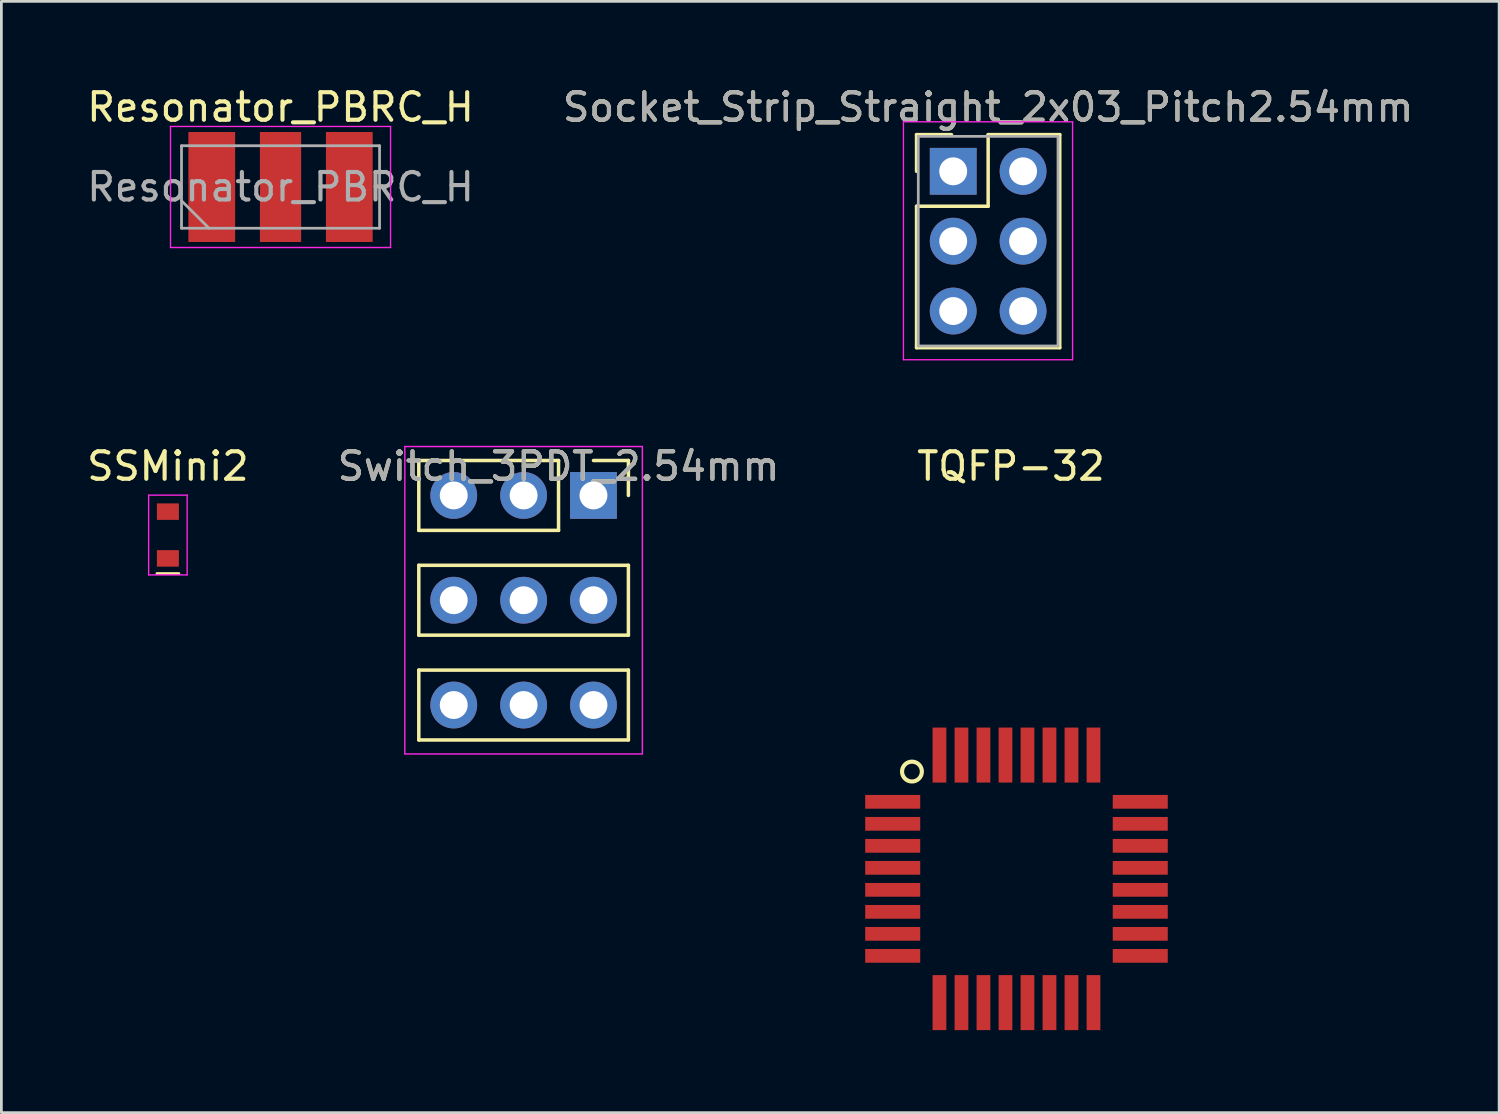
<source format=kicad_pcb>
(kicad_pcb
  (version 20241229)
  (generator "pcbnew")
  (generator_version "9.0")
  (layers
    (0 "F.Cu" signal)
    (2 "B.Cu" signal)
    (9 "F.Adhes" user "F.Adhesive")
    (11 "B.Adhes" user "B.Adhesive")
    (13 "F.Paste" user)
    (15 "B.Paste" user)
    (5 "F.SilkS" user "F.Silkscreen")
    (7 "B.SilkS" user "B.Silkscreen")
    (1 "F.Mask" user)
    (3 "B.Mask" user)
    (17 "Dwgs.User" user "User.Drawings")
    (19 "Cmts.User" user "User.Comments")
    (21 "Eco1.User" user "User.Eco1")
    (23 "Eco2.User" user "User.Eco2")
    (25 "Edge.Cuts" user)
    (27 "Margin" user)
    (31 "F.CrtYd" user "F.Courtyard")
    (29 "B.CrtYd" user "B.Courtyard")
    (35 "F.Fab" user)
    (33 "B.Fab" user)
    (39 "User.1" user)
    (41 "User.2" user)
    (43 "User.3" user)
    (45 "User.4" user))
  (footprint "Resonator_PBRC_H"
    (layer "F.Cu")
    (at 7.149 3.748)
    (property "Reference" "Resonator_PBRC_H" (at 0 -2.9 0) (layer "F.SilkS") (effects (font (size 1 1) (thickness 0.15))))
    (attr smd)
    (fp_line (start -4 -2.2) (end -4 2.2) (stroke (width 0.05) (type solid)) (layer "F.CrtYd"))
    (fp_line (start -4 2.2) (end 4 2.2) (stroke (width 0.05) (type solid)) (layer "F.CrtYd"))
    (fp_line (start 4 -2.2) (end -4 -2.2) (stroke (width 0.05) (type solid)) (layer "F.CrtYd"))
    (fp_line (start 4 2.2) (end 4 -2.2) (stroke (width 0.05) (type solid)) (layer "F.CrtYd"))
    (fp_line (start -3.6 -1.5) (end -3.6 1.5) (stroke (width 0.1) (type solid)) (layer "F.Fab"))
    (fp_line (start -3.6 0.5) (end -2.6 1.5) (stroke (width 0.1) (type solid)) (layer "F.Fab"))
    (fp_line (start -3.6 1.5) (end 3.6 1.5) (stroke (width 0.1) (type solid)) (layer "F.Fab"))
    (fp_line (start 3.6 -1.5) (end -3.6 -1.5) (stroke (width 0.1) (type solid)) (layer "F.Fab"))
    (fp_line (start 3.6 1.5) (end 3.6 -1.5) (stroke (width 0.1) (type solid)) (layer "F.Fab"))
    (fp_text user "${REFERENCE}" (at 0 0 0) (layer "F.Fab") (effects (font (size 1 1) (thickness 0.15))))
    (pad "1" smd rect (at -2.5 0) (size 1.7 4) (layers "F.Cu" "F.Mask" "F.Paste"))
    (pad "2" smd rect (at 0 0) (size 1.5 4) (layers "F.Cu" "F.Mask" "F.Paste"))
    (pad "3" smd rect (at 2.5 0) (size 1.7 4) (layers "F.Cu" "F.Mask" "F.Paste")))
  (footprint "Switch_3PDT_2.54mm"
    (layer "F.Cu")
    (at 18.526 16.232)
    (property "Reference" "Switch_3PDT_2.54mm" (at -1.27 -2.33 0) (layer "F.SilkS") (effects (font (size 1 1) (thickness 0.15))))
    (attr through_hole)
    (fp_line (start -6.35 -2.54) (end -1.27 -2.54) (stroke (width 0.127) (type solid)) (layer "F.SilkS"))
    (fp_line (start -6.35 0) (end -6.35 -2.54) (stroke (width 0.127) (type solid)) (layer "F.SilkS"))
    (fp_line (start -6.35 1.27) (end -6.35 3.81) (stroke (width 0.127) (type solid)) (layer "F.SilkS"))
    (fp_line (start -6.35 1.27) (end 1.27 1.27) (stroke (width 0.127) (type solid)) (layer "F.SilkS"))
    (fp_line (start -6.35 7.62) (end -6.35 5.08) (stroke (width 0.127) (type solid)) (layer "F.SilkS"))
    (fp_line (start -1.27 -2.54) (end -1.27 0) (stroke (width 0.127) (type solid)) (layer "F.SilkS"))
    (fp_line (start -1.27 0) (end -6.35 0) (stroke (width 0.127) (type solid)) (layer "F.SilkS"))
    (fp_line (start 1.27 -2.54) (end 0 -2.54) (stroke (width 0.127) (type solid)) (layer "F.SilkS"))
    (fp_line (start 1.27 -1.27) (end 1.27 -2.54) (stroke (width 0.127) (type solid)) (layer "F.SilkS"))
    (fp_line (start 1.27 1.27) (end 1.27 3.81) (stroke (width 0.127) (type solid)) (layer "F.SilkS"))
    (fp_line (start 1.27 3.81) (end -6.35 3.81) (stroke (width 0.127) (type solid)) (layer "F.SilkS"))
    (fp_line (start 1.27 5.08) (end -6.35 5.08) (stroke (width 0.127) (type solid)) (layer "F.SilkS"))
    (fp_line (start 1.27 5.08) (end 1.27 7.62) (stroke (width 0.127) (type solid)) (layer "F.SilkS"))
    (fp_line (start 1.27 7.62) (end -6.35 7.62) (stroke (width 0.127) (type solid)) (layer "F.SilkS"))
    (fp_line (start -6.858 -3.048) (end -6.858 8.128) (stroke (width 0.051) (type solid)) (layer "F.CrtYd"))
    (fp_line (start -6.858 8.128) (end 1.778 8.128) (stroke (width 0.051) (type solid)) (layer "F.CrtYd"))
    (fp_line (start 1.778 -3.048) (end -6.858 -3.048) (stroke (width 0.051) (type solid)) (layer "F.CrtYd"))
    (fp_line (start 1.778 8.128) (end 1.778 -3.048) (stroke (width 0.051) (type solid)) (layer "F.CrtYd"))
    (fp_text user "${REFERENCE}" (at -1.27 -2.33 0) (layer "F.Fab") (effects (font (size 1 1) (thickness 0.15))))
    (pad "1" thru_hole rect (at 0 -1.27) (size 1.702 1.702) (drill 1.016) (layers "*.Cu" "*.Mask"))
    (pad "2" thru_hole circle (at -2.54 -1.27) (size 1.702 1.702) (drill 1.016) (layers "*.Cu" "*.Mask"))
    (pad "3" thru_hole circle (at -5.08 -1.27) (size 1.702 1.702) (drill 1.016) (layers "*.Cu" "*.Mask"))
    (pad "4" thru_hole circle (at 0 2.54) (size 1.702 1.702) (drill 1.016) (layers "*.Cu" "*.Mask"))
    (pad "5" thru_hole circle (at -2.54 2.54) (size 1.702 1.702) (drill 1.016) (layers "*.Cu" "*.Mask"))
    (pad "6" thru_hole circle (at -5.08 2.54) (size 1.702 1.702) (drill 1.016) (layers "*.Cu" "*.Mask"))
    (pad "7" thru_hole circle (at 0 6.35) (size 1.702 1.702) (drill 1.016) (layers "*.Cu" "*.Mask"))
    (pad "8" thru_hole circle (at -2.54 6.35) (size 1.702 1.702) (drill 1.016) (layers "*.Cu" "*.Mask"))
    (pad "9" thru_hole circle (at -5.08 6.35) (size 1.702 1.702) (drill 1.016) (layers "*.Cu" "*.Mask")))
  (footprint "SSMini2"
    (layer "F.Cu")
    (at 3.054 16.401)
    (property "Reference" "SSMini2" (at 0 -2.5 0) (layer "F.SilkS") (effects (font (size 1 1) (thickness 0.15))))
    (attr through_hole)
    (fp_line (start -0.4 1.4) (end 0.4 1.4) (stroke (width 0.1) (type solid)) (layer "F.SilkS"))
    (fp_line (start -0.7 -1.45) (end 0.7 -1.45) (stroke (width 0.05) (type solid)) (layer "F.CrtYd"))
    (fp_line (start -0.7 1.45) (end -0.7 -1.45) (stroke (width 0.05) (type solid)) (layer "F.CrtYd"))
    (fp_line (start 0.7 -1.45) (end 0.7 1.45) (stroke (width 0.05) (type solid)) (layer "F.CrtYd"))
    (fp_line (start 0.7 1.45) (end -0.7 1.45) (stroke (width 0.05) (type solid)) (layer "F.CrtYd"))
    (pad "1" smd rect (at 0 0.85) (size 0.8 0.6) (layers "F.Cu" "F.Mask" "F.Paste"))
    (pad "2" smd rect (at 0 -0.85) (size 0.8 0.6) (layers "F.Cu" "F.Mask" "F.Paste")))
  (footprint "Socket_Strip_Straight_2x03_Pitch2.54mm"
    (layer "F.Cu")
    (at 34.145 3.178)
    (property "Reference" "Socket_Strip_Straight_2x03_Pitch2.54mm" (at -1.27 -2.33 0) (layer "F.SilkS") (effects (font (size 1 1) (thickness 0.15))))
    (attr through_hole)
    (fp_line (start -3.873 -1.333) (end -2.603 -1.333) (stroke (width 0.127) (type solid)) (layer "F.SilkS"))
    (fp_line (start -3.873 0) (end -3.873 -1.333) (stroke (width 0.127) (type solid)) (layer "F.SilkS"))
    (fp_line (start -3.873 6.413) (end -3.873 1.27) (stroke (width 0.127) (type solid)) (layer "F.SilkS"))
    (fp_line (start -1.27 -1.333) (end -1.27 1.27) (stroke (width 0.127) (type solid)) (layer "F.SilkS"))
    (fp_line (start -1.27 1.27) (end -3.873 1.27) (stroke (width 0.127) (type solid)) (layer "F.SilkS"))
    (fp_line (start 1.333 -1.333) (end -1.27 -1.333) (stroke (width 0.127) (type solid)) (layer "F.SilkS"))
    (fp_line (start 1.333 -1.333) (end 1.333 6.413) (stroke (width 0.127) (type solid)) (layer "F.SilkS"))
    (fp_line (start 1.333 6.413) (end -3.873 6.413) (stroke (width 0.127) (type solid)) (layer "F.SilkS"))
    (fp_line (start -4.35 -1.8) (end -4.35 6.85) (stroke (width 0.05) (type solid)) (layer "F.CrtYd"))
    (fp_line (start -4.35 6.85) (end 1.8 6.85) (stroke (width 0.05) (type solid)) (layer "F.CrtYd"))
    (fp_line (start 1.8 -1.8) (end -4.35 -1.8) (stroke (width 0.05) (type solid)) (layer "F.CrtYd"))
    (fp_line (start 1.8 6.85) (end 1.8 -1.8) (stroke (width 0.05) (type solid)) (layer "F.CrtYd"))
    (fp_line (start -3.81 -1.27) (end -3.81 6.35) (stroke (width 0.1) (type solid)) (layer "F.Fab"))
    (fp_line (start -3.81 6.35) (end 1.27 6.35) (stroke (width 0.1) (type solid)) (layer "F.Fab"))
    (fp_line (start 1.27 -1.27) (end -3.81 -1.27) (stroke (width 0.1) (type solid)) (layer "F.Fab"))
    (fp_line (start 1.27 6.35) (end 1.27 -1.27) (stroke (width 0.1) (type solid)) (layer "F.Fab"))
    (fp_text user "${REFERENCE}" (at -1.27 -2.33 0) (layer "F.Fab") (effects (font (size 1 1) (thickness 0.15))))
    (pad "1" thru_hole rect (at -2.54 0) (size 1.702 1.702) (drill 1.016) (layers "*.Cu" "*.Mask"))
    (pad "2" thru_hole circle (at 0 0) (size 1.702 1.702) (drill 1.016) (layers "*.Cu" "*.Mask"))
    (pad "3" thru_hole oval (at -2.54 2.54) (size 1.702 1.702) (drill 1.016) (layers "*.Cu" "*.Mask"))
    (pad "4" thru_hole oval (at 0 2.54) (size 1.702 1.702) (drill 1.016) (layers "*.Cu" "*.Mask"))
    (pad "5" thru_hole oval (at -2.54 5.08) (size 1.702 1.702) (drill 1.016) (layers "*.Cu" "*.Mask"))
    (pad "6" thru_hole oval (at 0 5.08) (size 1.702 1.702) (drill 1.016) (layers "*.Cu" "*.Mask")))
  (footprint "TQFP-32"
    (layer "F.Cu")
    (at 33.905 28.901)
    (property "Reference" "TQFP-32" (at -0.2 -15 0) (layer "F.SilkS") (effects (font (size 1 1) (thickness 0.15))))
    (attr smd)
    (fp_circle (center -3.8 -3.9) (end -3.6 -3.6) (stroke (width 0.15) (type solid)) (fill no) (layer "F.SilkS"))
    (pad "1" smd rect (at -4.5 -2.8 180) (size 2 0.5) (layers "F.Cu" "F.Mask" "F.Paste"))
    (pad "2" smd rect (at -4.5 -2 180) (size 2 0.5) (layers "F.Cu" "F.Mask" "F.Paste"))
    (pad "3" smd rect (at -4.5 -1.2 180) (size 2 0.5) (layers "F.Cu" "F.Mask" "F.Paste"))
    (pad "4" smd rect (at -4.5 -0.4 180) (size 2 0.5) (layers "F.Cu" "F.Mask" "F.Paste"))
    (pad "5" smd rect (at -4.5 0.4 180) (size 2 0.5) (layers "F.Cu" "F.Mask" "F.Paste"))
    (pad "6" smd rect (at -4.5 1.2 180) (size 2 0.5) (layers "F.Cu" "F.Mask" "F.Paste"))
    (pad "7" smd rect (at -4.5 2 180) (size 2 0.5) (layers "F.Cu" "F.Mask" "F.Paste"))
    (pad "8" smd rect (at -4.5 2.8 180) (size 2 0.5) (layers "F.Cu" "F.Mask" "F.Paste"))
    (pad "9" smd rect (at -2.8 4.5 270) (size 2 0.5) (layers "F.Cu" "F.Mask" "F.Paste"))
    (pad "10" smd rect (at -2 4.5 270) (size 2 0.5) (layers "F.Cu" "F.Mask" "F.Paste"))
    (pad "11" smd rect (at -1.2 4.5 270) (size 2 0.5) (layers "F.Cu" "F.Mask" "F.Paste"))
    (pad "12" smd rect (at -0.4 4.5 270) (size 2 0.5) (layers "F.Cu" "F.Mask" "F.Paste"))
    (pad "13" smd rect (at 0.4 4.5 270) (size 2 0.5) (layers "F.Cu" "F.Mask" "F.Paste"))
    (pad "14" smd rect (at 1.2 4.5 270) (size 2 0.5) (layers "F.Cu" "F.Mask" "F.Paste"))
    (pad "15" smd rect (at 2 4.5 270) (size 2 0.5) (layers "F.Cu" "F.Mask" "F.Paste"))
    (pad "16" smd rect (at 2.8 4.5 270) (size 2 0.5) (layers "F.Cu" "F.Mask" "F.Paste"))
    (pad "17" smd rect (at 4.5 2.8 180) (size 2 0.5) (layers "F.Cu" "F.Mask" "F.Paste"))
    (pad "18" smd rect (at 4.5 2 180) (size 2 0.5) (layers "F.Cu" "F.Mask" "F.Paste"))
    (pad "19" smd rect (at 4.5 1.2 180) (size 2 0.5) (layers "F.Cu" "F.Mask" "F.Paste"))
    (pad "20" smd rect (at 4.5 0.4 180) (size 2 0.5) (layers "F.Cu" "F.Mask" "F.Paste"))
    (pad "21" smd rect (at 4.5 -0.4 180) (size 2 0.5) (layers "F.Cu" "F.Mask" "F.Paste"))
    (pad "22" smd rect (at 4.5 -1.2 180) (size 2 0.5) (layers "F.Cu" "F.Mask" "F.Paste"))
    (pad "23" smd rect (at 4.5 -2 180) (size 2 0.5) (layers "F.Cu" "F.Mask" "F.Paste"))
    (pad "24" smd rect (at 4.5 -2.8 180) (size 2 0.5) (layers "F.Cu" "F.Mask" "F.Paste"))
    (pad "25" smd rect (at 2.8 -4.5 270) (size 2 0.5) (layers "F.Cu" "F.Mask" "F.Paste"))
    (pad "26" smd rect (at 2 -4.5 270) (size 2 0.5) (layers "F.Cu" "F.Mask" "F.Paste"))
    (pad "27" smd rect (at 1.2 -4.5 270) (size 2 0.5) (layers "F.Cu" "F.Mask" "F.Paste"))
    (pad "28" smd rect (at 0.4 -4.5 270) (size 2 0.5) (layers "F.Cu" "F.Mask" "F.Paste"))
    (pad "29" smd rect (at -0.4 -4.5 270) (size 2 0.5) (layers "F.Cu" "F.Mask" "F.Paste"))
    (pad "30" smd rect (at -1.2 -4.5 270) (size 2 0.5) (layers "F.Cu" "F.Mask" "F.Paste"))
    (pad "31" smd rect (at -2 -4.5 270) (size 2 0.5) (layers "F.Cu" "F.Mask" "F.Paste"))
    (pad "32" smd rect (at -2.8 -4.5 270) (size 2 0.5) (layers "F.Cu" "F.Mask" "F.Paste")))
  (gr_rect
    (start -3 -3)
    (end 51.452 37.401)
    (stroke (width 0.1) (type default))
    (fill no)
    (layer "Edge.Cuts")))
</source>
